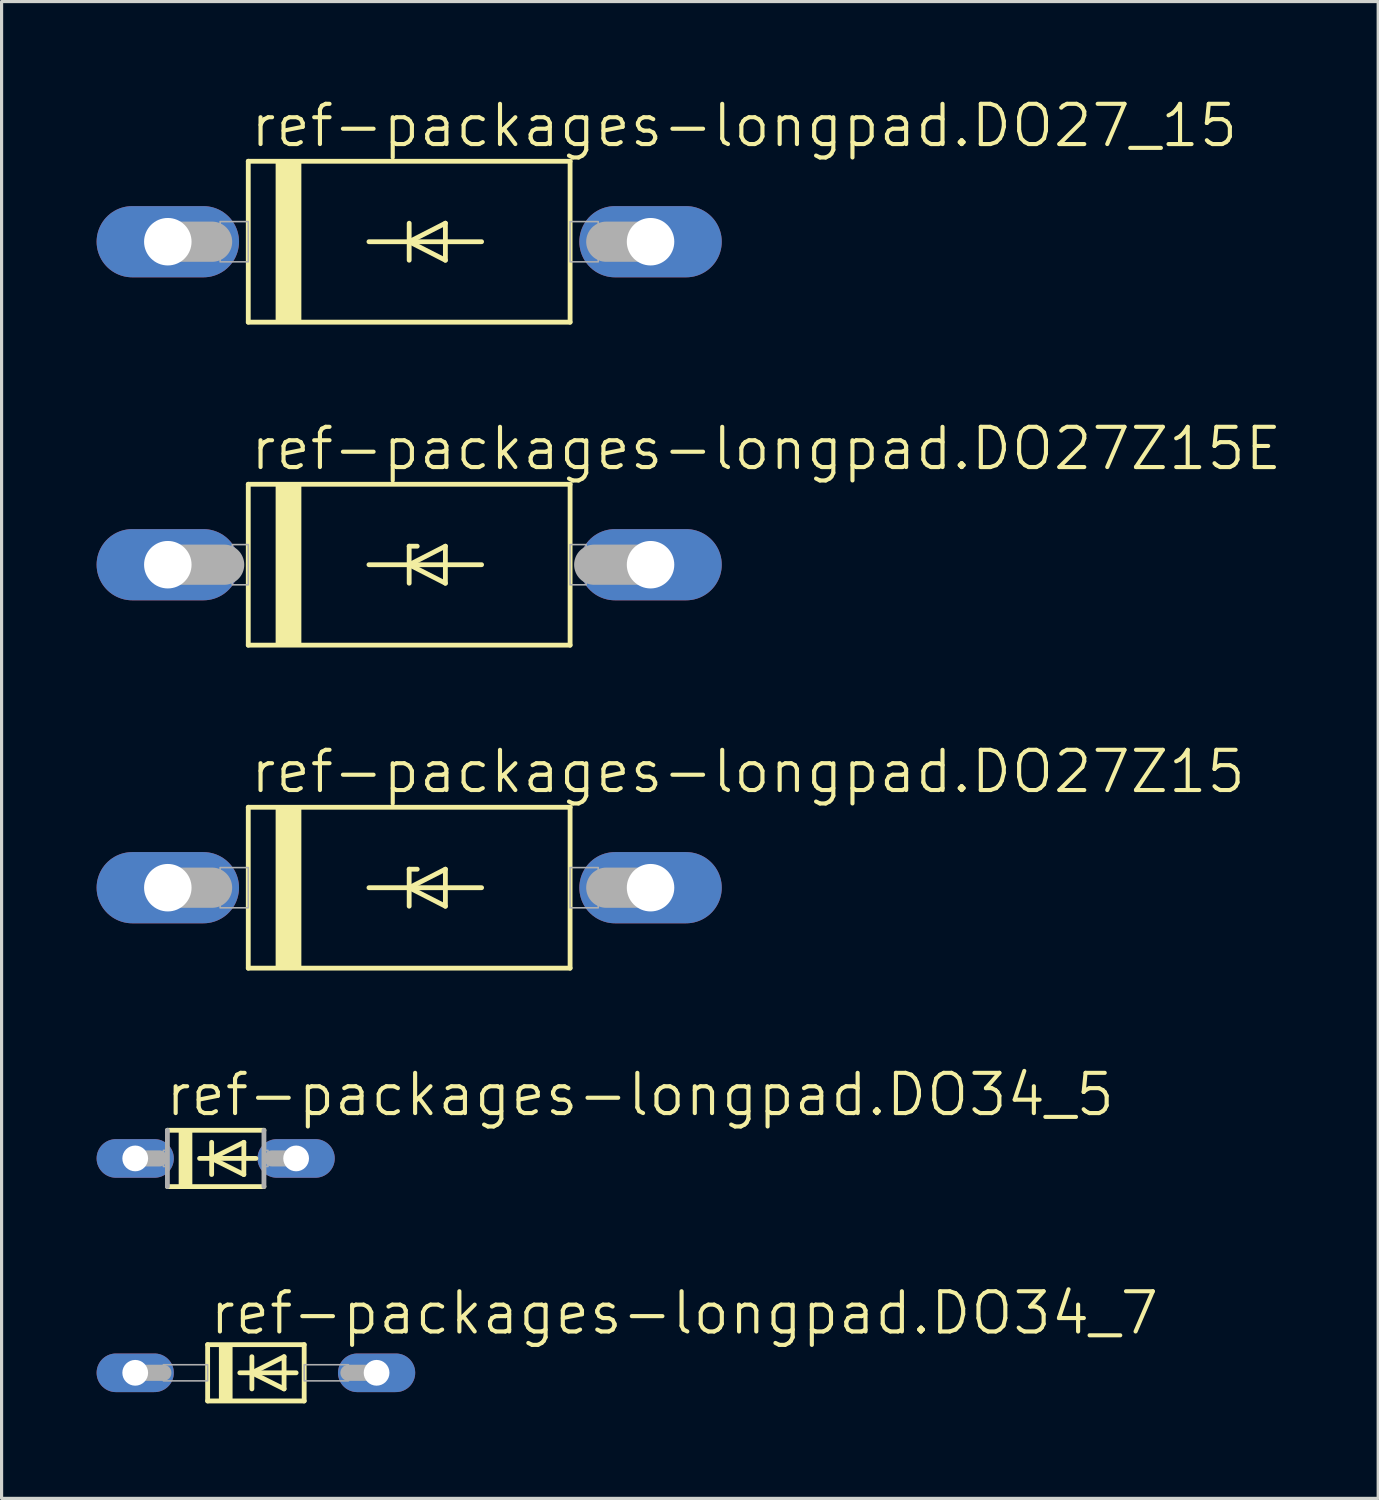
<source format=kicad_pcb>
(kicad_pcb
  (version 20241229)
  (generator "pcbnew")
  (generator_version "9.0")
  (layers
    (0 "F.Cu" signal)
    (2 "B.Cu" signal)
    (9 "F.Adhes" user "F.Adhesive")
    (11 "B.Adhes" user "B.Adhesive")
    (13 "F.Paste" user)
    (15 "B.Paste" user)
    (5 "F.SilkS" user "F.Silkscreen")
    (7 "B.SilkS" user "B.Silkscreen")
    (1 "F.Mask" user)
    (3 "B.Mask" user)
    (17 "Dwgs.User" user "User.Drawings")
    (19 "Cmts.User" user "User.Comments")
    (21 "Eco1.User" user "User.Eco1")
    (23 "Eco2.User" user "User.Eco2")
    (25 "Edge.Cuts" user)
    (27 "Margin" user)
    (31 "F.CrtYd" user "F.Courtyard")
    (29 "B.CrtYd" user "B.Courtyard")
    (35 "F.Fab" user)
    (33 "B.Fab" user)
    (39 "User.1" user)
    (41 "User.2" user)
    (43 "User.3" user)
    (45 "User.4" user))
  (footprint "ref-packages-longpad.DO27_15"
    (layer "F.Cu")
    (at 9.868 4.581)
    (property "Reference" "ref-packages-longpad.DO27_15" (at -5.08 -2.921 0) (layer "F.SilkS") (effects (font (size 1.27 1.27) (thickness 0.13)) (justify left bottom)))
    (attr through_hole)
    (fp_line (start -5.08 -2.54) (end 5.08 -2.54) (stroke (width 0.152) (type default)) (layer "F.SilkS"))
    (fp_line (start -5.08 2.54) (end -5.08 -2.54) (stroke (width 0.152) (type default)) (layer "F.SilkS"))
    (fp_line (start -1.27 0) (end 0 0) (stroke (width 0.152) (type default)) (layer "F.SilkS"))
    (fp_line (start 0 -0.584) (end 0 0) (stroke (width 0.152) (type default)) (layer "F.SilkS"))
    (fp_line (start 0 0) (end 0 0.584) (stroke (width 0.152) (type default)) (layer "F.SilkS"))
    (fp_line (start 0 0) (end 1.143 -0.584) (stroke (width 0.152) (type default)) (layer "F.SilkS"))
    (fp_line (start 0 0) (end 2.286 0) (stroke (width 0.152) (type default)) (layer "F.SilkS"))
    (fp_line (start 1.143 -0.584) (end 1.143 0.584) (stroke (width 0.152) (type default)) (layer "F.SilkS"))
    (fp_line (start 1.143 0.584) (end 0 0) (stroke (width 0.152) (type default)) (layer "F.SilkS"))
    (fp_line (start 5.08 -2.54) (end 5.08 2.54) (stroke (width 0.152) (type default)) (layer "F.SilkS"))
    (fp_line (start 5.08 2.54) (end -5.08 2.54) (stroke (width 0.152) (type default)) (layer "F.SilkS"))
    (fp_rect (start -4.191 2.54) (end -3.429 -2.54) (stroke (width 0.05) (type default)) (fill yes) (layer "F.SilkS"))
    (fp_line (start -7.62 0) (end -6.223 0) (stroke (width 1.27) (type default)) (layer "F.Fab"))
    (fp_line (start 7.62 0) (end 6.223 0) (stroke (width 1.27) (type default)) (layer "F.Fab"))
    (fp_rect (start -5.969 0.635) (end -5.08 -0.635) (stroke (width 0.05) (type default)) (fill no) (layer "F.Fab"))
    (fp_rect (start 5.08 0.635) (end 5.969 -0.635) (stroke (width 0.05) (type default)) (fill no) (layer "F.Fab"))
    (pad "A" thru_hole oval (at 7.62 0) (size 4.496 2.248) (drill 1.499) (layers "*.Cu" "*.Mask"))
    (pad "C" thru_hole oval (at -7.62 0) (size 4.496 2.248) (drill 1.499) (layers "*.Cu" "*.Mask")))
  (footprint "ref-packages-longpad.DO27Z15E"
    (layer "F.Cu")
    (at 9.868 14.778)
    (property "Reference" "ref-packages-longpad.DO27Z15E" (at -5.08 -2.921 0) (layer "F.SilkS") (effects (font (size 1.27 1.27) (thickness 0.13)) (justify left bottom)))
    (attr through_hole)
    (fp_line (start -5.08 -2.54) (end 5.08 -2.54) (stroke (width 0.152) (type default)) (layer "F.SilkS"))
    (fp_line (start -5.08 2.54) (end -5.08 -2.54) (stroke (width 0.152) (type default)) (layer "F.SilkS"))
    (fp_line (start -1.27 0) (end 0 0) (stroke (width 0.152) (type default)) (layer "F.SilkS"))
    (fp_line (start 0 -0.584) (end 0 0) (stroke (width 0.152) (type default)) (layer "F.SilkS"))
    (fp_line (start 0 -0.584) (end 0.254 -0.584) (stroke (width 0.152) (type default)) (layer "F.SilkS"))
    (fp_line (start 0 0) (end 0 0.584) (stroke (width 0.152) (type default)) (layer "F.SilkS"))
    (fp_line (start 0 0) (end 1.143 -0.584) (stroke (width 0.152) (type default)) (layer "F.SilkS"))
    (fp_line (start 0 0) (end 2.286 0) (stroke (width 0.152) (type default)) (layer "F.SilkS"))
    (fp_line (start 1.143 -0.584) (end 1.143 0.584) (stroke (width 0.152) (type default)) (layer "F.SilkS"))
    (fp_line (start 1.143 0.584) (end 0 0) (stroke (width 0.152) (type default)) (layer "F.SilkS"))
    (fp_line (start 5.08 -2.54) (end 5.08 2.54) (stroke (width 0.152) (type default)) (layer "F.SilkS"))
    (fp_line (start 5.08 2.54) (end -5.08 2.54) (stroke (width 0.152) (type default)) (layer "F.SilkS"))
    (fp_rect (start -4.191 2.54) (end -3.429 -2.54) (stroke (width 0.05) (type default)) (fill yes) (layer "F.SilkS"))
    (fp_line (start -7.62 0) (end -5.842 0) (stroke (width 1.27) (type default)) (layer "F.Fab"))
    (fp_line (start 7.62 0) (end 5.842 0) (stroke (width 1.27) (type default)) (layer "F.Fab"))
    (fp_rect (start -5.588 0.635) (end -5.08 -0.635) (stroke (width 0.05) (type default)) (fill no) (layer "F.Fab"))
    (fp_rect (start 5.08 0.635) (end 5.588 -0.635) (stroke (width 0.05) (type default)) (fill no) (layer "F.Fab"))
    (pad "A" thru_hole oval (at 7.62 0) (size 4.496 2.248) (drill 1.499) (layers "*.Cu" "*.Mask"))
    (pad "C" thru_hole oval (at -7.62 0) (size 4.496 2.248) (drill 1.499) (layers "*.Cu" "*.Mask")))
  (footprint "ref-packages-longpad.DO34_7"
    (layer "F.Cu")
    (at 5.029 40.29)
    (property "Reference" "ref-packages-longpad.DO34_7" (at -1.524 -1.143 0) (layer "F.SilkS") (effects (font (size 1.27 1.27) (thickness 0.13)) (justify left bottom)))
    (attr through_hole)
    (fp_line (start -1.524 -0.889) (end -1.524 0.889) (stroke (width 0.152) (type default)) (layer "F.SilkS"))
    (fp_line (start -1.524 0.889) (end 1.524 0.889) (stroke (width 0.152) (type default)) (layer "F.SilkS"))
    (fp_line (start -0.508 0) (end -0.127 0) (stroke (width 0.152) (type default)) (layer "F.SilkS"))
    (fp_line (start -0.127 -0.508) (end -0.127 0) (stroke (width 0.152) (type default)) (layer "F.SilkS"))
    (fp_line (start -0.127 0) (end -0.127 0.508) (stroke (width 0.152) (type default)) (layer "F.SilkS"))
    (fp_line (start -0.127 0) (end 0.889 -0.508) (stroke (width 0.152) (type default)) (layer "F.SilkS"))
    (fp_line (start -0.127 0) (end 1.27 0) (stroke (width 0.152) (type default)) (layer "F.SilkS"))
    (fp_line (start 0.889 -0.508) (end 0.889 0.508) (stroke (width 0.152) (type default)) (layer "F.SilkS"))
    (fp_line (start 0.889 0.508) (end -0.127 0) (stroke (width 0.152) (type default)) (layer "F.SilkS"))
    (fp_line (start 1.524 -0.889) (end -1.524 -0.889) (stroke (width 0.152) (type default)) (layer "F.SilkS"))
    (fp_line (start 1.524 0.889) (end 1.524 -0.889) (stroke (width 0.152) (type default)) (layer "F.SilkS"))
    (fp_rect (start -1.143 0.889) (end -0.762 -0.889) (stroke (width 0.05) (type default)) (fill yes) (layer "F.SilkS"))
    (fp_line (start -3.81 0) (end -2.921 0) (stroke (width 0.508) (type default)) (layer "F.Fab"))
    (fp_line (start 3.81 0) (end 2.921 0) (stroke (width 0.508) (type default)) (layer "F.Fab"))
    (fp_rect (start -2.921 0.254) (end -1.524 -0.254) (stroke (width 0.05) (type default)) (fill no) (layer "F.Fab"))
    (fp_rect (start 1.524 0.254) (end 2.921 -0.254) (stroke (width 0.05) (type default)) (fill no) (layer "F.Fab"))
    (pad "A" thru_hole oval (at 3.81 0) (size 2.438 1.219) (drill 0.813) (layers "*.Cu" "*.Mask"))
    (pad "C" thru_hole oval (at -3.81 0) (size 2.438 1.219) (drill 0.813) (layers "*.Cu" "*.Mask")))
  (footprint "ref-packages-longpad.DO27Z15"
    (layer "F.Cu")
    (at 9.868 24.975)
    (property "Reference" "ref-packages-longpad.DO27Z15" (at -5.08 -2.921 0) (layer "F.SilkS") (effects (font (size 1.27 1.27) (thickness 0.13)) (justify left bottom)))
    (attr through_hole)
    (fp_line (start -5.08 -2.54) (end 5.08 -2.54) (stroke (width 0.152) (type default)) (layer "F.SilkS"))
    (fp_line (start -5.08 2.54) (end -5.08 -2.54) (stroke (width 0.152) (type default)) (layer "F.SilkS"))
    (fp_line (start -1.27 0) (end 0 0) (stroke (width 0.152) (type default)) (layer "F.SilkS"))
    (fp_line (start 0 -0.584) (end 0 0) (stroke (width 0.152) (type default)) (layer "F.SilkS"))
    (fp_line (start 0 -0.584) (end 0.254 -0.584) (stroke (width 0.152) (type default)) (layer "F.SilkS"))
    (fp_line (start 0 0) (end 0 0.584) (stroke (width 0.152) (type default)) (layer "F.SilkS"))
    (fp_line (start 0 0) (end 1.143 -0.584) (stroke (width 0.152) (type default)) (layer "F.SilkS"))
    (fp_line (start 0 0) (end 2.286 0) (stroke (width 0.152) (type default)) (layer "F.SilkS"))
    (fp_line (start 1.143 -0.584) (end 1.143 0.584) (stroke (width 0.152) (type default)) (layer "F.SilkS"))
    (fp_line (start 1.143 0.584) (end 0 0) (stroke (width 0.152) (type default)) (layer "F.SilkS"))
    (fp_line (start 5.08 -2.54) (end 5.08 2.54) (stroke (width 0.152) (type default)) (layer "F.SilkS"))
    (fp_line (start 5.08 2.54) (end -5.08 2.54) (stroke (width 0.152) (type default)) (layer "F.SilkS"))
    (fp_rect (start -4.191 2.54) (end -3.429 -2.54) (stroke (width 0.05) (type default)) (fill yes) (layer "F.SilkS"))
    (fp_line (start -7.62 0) (end -6.223 0) (stroke (width 1.27) (type default)) (layer "F.Fab"))
    (fp_line (start 7.62 0) (end 6.223 0) (stroke (width 1.27) (type default)) (layer "F.Fab"))
    (fp_rect (start -5.969 0.635) (end -5.08 -0.635) (stroke (width 0.05) (type default)) (fill no) (layer "F.Fab"))
    (fp_rect (start 5.08 0.635) (end 5.969 -0.635) (stroke (width 0.05) (type default)) (fill no) (layer "F.Fab"))
    (pad "A" thru_hole oval (at 7.62 0) (size 4.496 2.248) (drill 1.499) (layers "*.Cu" "*.Mask"))
    (pad "C" thru_hole oval (at -7.62 0) (size 4.496 2.248) (drill 1.499) (layers "*.Cu" "*.Mask")))
  (footprint "ref-packages-longpad.DO34_5"
    (layer "F.Cu")
    (at 3.759 33.522)
    (property "Reference" "ref-packages-longpad.DO34_5" (at -1.651 -1.27 0) (layer "F.SilkS") (effects (font (size 1.27 1.27) (thickness 0.13)) (justify left bottom)))
    (attr through_hole)
    (fp_line (start -1.524 0.889) (end 1.524 0.889) (stroke (width 0.152) (type default)) (layer "F.SilkS"))
    (fp_line (start -0.508 0) (end -0.127 0) (stroke (width 0.152) (type default)) (layer "F.SilkS"))
    (fp_line (start -0.127 -0.508) (end -0.127 0) (stroke (width 0.152) (type default)) (layer "F.SilkS"))
    (fp_line (start -0.127 0) (end -0.127 0.508) (stroke (width 0.152) (type default)) (layer "F.SilkS"))
    (fp_line (start -0.127 0) (end 0.889 -0.508) (stroke (width 0.152) (type default)) (layer "F.SilkS"))
    (fp_line (start -0.127 0) (end 1.27 0) (stroke (width 0.152) (type default)) (layer "F.SilkS"))
    (fp_line (start 0.889 -0.508) (end 0.889 0.508) (stroke (width 0.152) (type default)) (layer "F.SilkS"))
    (fp_line (start 0.889 0.508) (end -0.127 0) (stroke (width 0.152) (type default)) (layer "F.SilkS"))
    (fp_line (start 1.524 -0.889) (end -1.524 -0.889) (stroke (width 0.152) (type default)) (layer "F.SilkS"))
    (fp_rect (start -1.143 0.889) (end -0.762 -0.889) (stroke (width 0.05) (type default)) (fill yes) (layer "F.SilkS"))
    (fp_line (start -2.54 0) (end -1.778 0) (stroke (width 0.508) (type default)) (layer "F.Fab"))
    (fp_line (start -1.524 -0.889) (end -1.524 0.889) (stroke (width 0.152) (type default)) (layer "F.Fab"))
    (fp_line (start 1.524 0.889) (end 1.524 -0.889) (stroke (width 0.152) (type default)) (layer "F.Fab"))
    (fp_line (start 2.54 0) (end 1.778 0) (stroke (width 0.508) (type default)) (layer "F.Fab"))
    (fp_rect (start -1.651 0.254) (end -1.524 -0.254) (stroke (width 0.05) (type default)) (fill no) (layer "F.Fab"))
    (fp_rect (start 1.524 0.254) (end 1.651 -0.254) (stroke (width 0.05) (type default)) (fill no) (layer "F.Fab"))
    (pad "A" thru_hole oval (at 2.54 0) (size 2.438 1.219) (drill 0.813) (layers "*.Cu" "*.Mask"))
    (pad "C" thru_hole oval (at -2.54 0) (size 2.438 1.219) (drill 0.813) (layers "*.Cu" "*.Mask")))
  (gr_rect
    (start -3 -3)
    (end 40.46 44.255)
    (stroke (width 0.1) (type default))
    (fill no)
    (layer "Edge.Cuts")))
</source>
